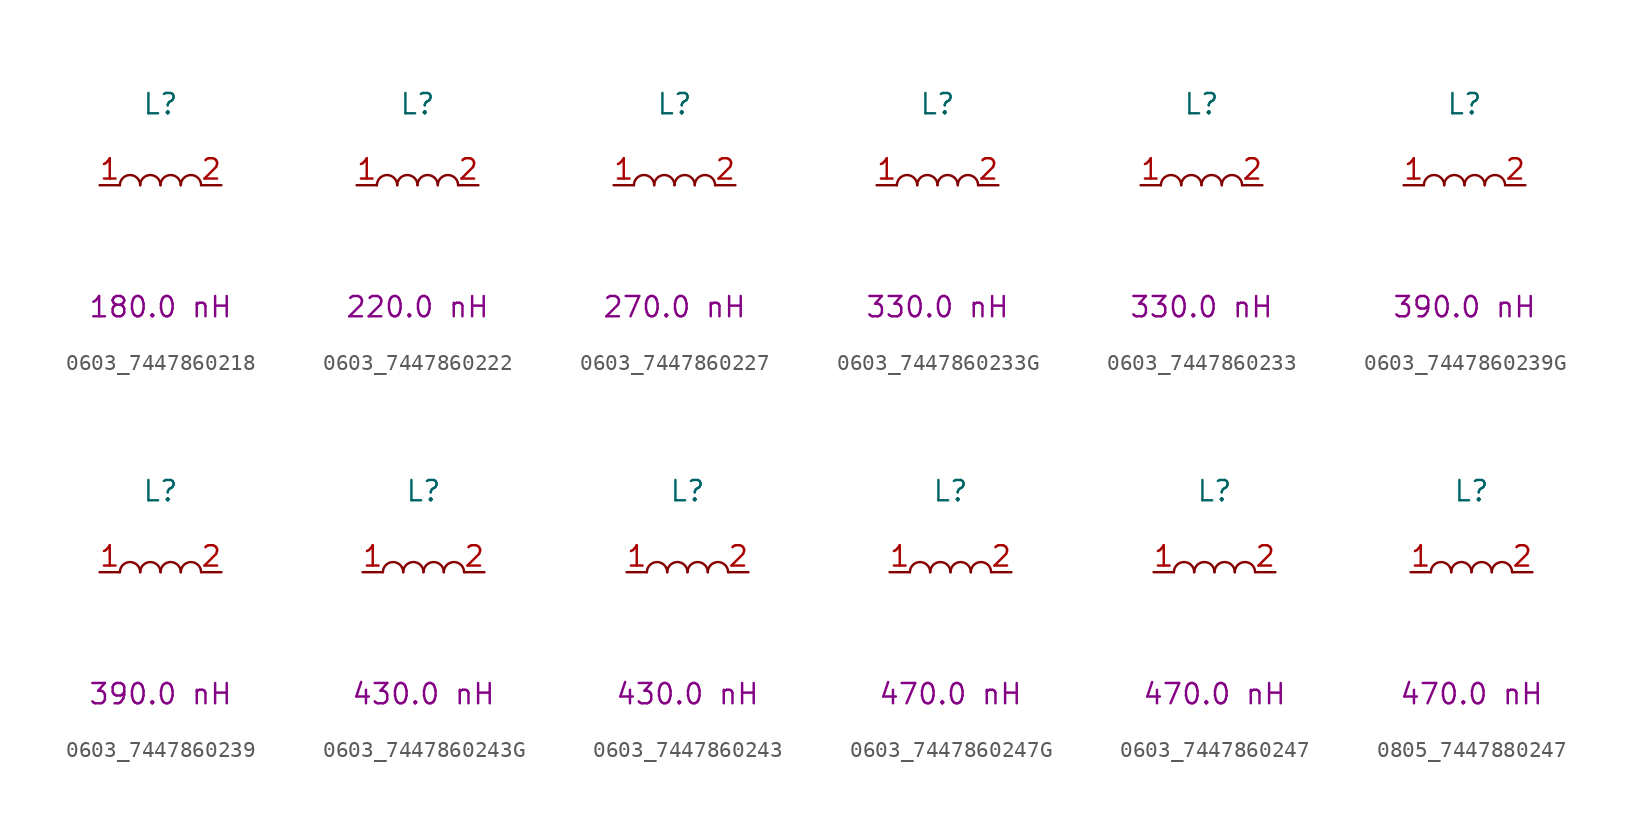
<source format=kicad_sym>
(kicad_symbol_lib
  (version 20220914)
  (generator kicad_symbol_editor)
  (symbol "0603_7447860218"
    (pin_names hide)
    (property "Reference" "L"
      (at 0 5.08 0)
      (effects (font (size 1.27 1.27))))
    (property "Critical Parameter" "180.0 nH"
      (at 0 -7.62 0)
      (effects (font (size 1.27 1.27))))
    (symbol "0603_7447860218_0_1"
      (arc (start -1.27 0) (mid -1.905 0.6323) (end -2.54 0) (stroke (width 0) (type default)) (fill (type none)))
      (arc (start 0 0) (mid -0.635 0.6323) (end -1.27 0) (stroke (width 0) (type default)) (fill (type none)))
      (arc (start 1.27 0) (mid 0.635 0.6323) (end 0 0) (stroke (width 0) (type default)) (fill (type none)))
      (arc (start 2.54 0) (mid 1.905 0.6323) (end 1.27 0) (stroke (width 0) (type default)) (fill (type none))))
    (symbol "0603_7447860218_1_1"
      (pin passive line (at -3.81 0 0) (length 1.27) (name "1" (effects (font (size 1.27 1.27)))) (number "1" (effects (font (size 1.27 1.27)))))
      (pin passive line (at 3.81 0 180) (length 1.27) (name "2" (effects (font (size 1.27 1.27)))) (number "2" (effects (font (size 1.27 1.27)))))))
  (symbol "0603_7447860222"
    (pin_names hide)
    (property "Reference" "L"
      (at 0 5.08 0)
      (effects (font (size 1.27 1.27))))
    (property "Critical Parameter" "220.0 nH"
      (at 0 -7.62 0)
      (effects (font (size 1.27 1.27))))
    (symbol "0603_7447860222_0_1"
      (arc (start -1.27 0) (mid -1.905 0.6323) (end -2.54 0) (stroke (width 0) (type default)) (fill (type none)))
      (arc (start 0 0) (mid -0.635 0.6323) (end -1.27 0) (stroke (width 0) (type default)) (fill (type none)))
      (arc (start 1.27 0) (mid 0.635 0.6323) (end 0 0) (stroke (width 0) (type default)) (fill (type none)))
      (arc (start 2.54 0) (mid 1.905 0.6323) (end 1.27 0) (stroke (width 0) (type default)) (fill (type none))))
    (symbol "0603_7447860222_1_1"
      (pin passive line (at -3.81 0 0) (length 1.27) (name "1" (effects (font (size 1.27 1.27)))) (number "1" (effects (font (size 1.27 1.27)))))
      (pin passive line (at 3.81 0 180) (length 1.27) (name "2" (effects (font (size 1.27 1.27)))) (number "2" (effects (font (size 1.27 1.27)))))))
  (symbol "0603_7447860227"
    (pin_names hide)
    (property "Reference" "L"
      (at 0 5.08 0)
      (effects (font (size 1.27 1.27))))
    (property "Critical Parameter" "270.0 nH"
      (at 0 -7.62 0)
      (effects (font (size 1.27 1.27))))
    (symbol "0603_7447860227_0_1"
      (arc (start -1.27 0) (mid -1.905 0.6323) (end -2.54 0) (stroke (width 0) (type default)) (fill (type none)))
      (arc (start 0 0) (mid -0.635 0.6323) (end -1.27 0) (stroke (width 0) (type default)) (fill (type none)))
      (arc (start 1.27 0) (mid 0.635 0.6323) (end 0 0) (stroke (width 0) (type default)) (fill (type none)))
      (arc (start 2.54 0) (mid 1.905 0.6323) (end 1.27 0) (stroke (width 0) (type default)) (fill (type none))))
    (symbol "0603_7447860227_1_1"
      (pin passive line (at -3.81 0 0) (length 1.27) (name "1" (effects (font (size 1.27 1.27)))) (number "1" (effects (font (size 1.27 1.27)))))
      (pin passive line (at 3.81 0 180) (length 1.27) (name "2" (effects (font (size 1.27 1.27)))) (number "2" (effects (font (size 1.27 1.27)))))))
  (symbol "0603_7447860233G"
    (pin_names hide)
    (property "Reference" "L"
      (at 0 5.08 0)
      (effects (font (size 1.27 1.27))))
    (property "Critical Parameter" "330.0 nH"
      (at 0 -7.62 0)
      (effects (font (size 1.27 1.27))))
    (symbol "0603_7447860233G_0_1"
      (arc (start -1.27 0) (mid -1.905 0.6323) (end -2.54 0) (stroke (width 0) (type default)) (fill (type none)))
      (arc (start 0 0) (mid -0.635 0.6323) (end -1.27 0) (stroke (width 0) (type default)) (fill (type none)))
      (arc (start 1.27 0) (mid 0.635 0.6323) (end 0 0) (stroke (width 0) (type default)) (fill (type none)))
      (arc (start 2.54 0) (mid 1.905 0.6323) (end 1.27 0) (stroke (width 0) (type default)) (fill (type none))))
    (symbol "0603_7447860233G_1_1"
      (pin passive line (at -3.81 0 0) (length 1.27) (name "1" (effects (font (size 1.27 1.27)))) (number "1" (effects (font (size 1.27 1.27)))))
      (pin passive line (at 3.81 0 180) (length 1.27) (name "2" (effects (font (size 1.27 1.27)))) (number "2" (effects (font (size 1.27 1.27)))))))
  (symbol "0603_7447860233"
    (pin_names hide)
    (property "Reference" "L"
      (at 0 5.08 0)
      (effects (font (size 1.27 1.27))))
    (property "Critical Parameter" "330.0 nH"
      (at 0 -7.62 0)
      (effects (font (size 1.27 1.27))))
    (symbol "0603_7447860233_0_1"
      (arc (start -1.27 0) (mid -1.905 0.6323) (end -2.54 0) (stroke (width 0) (type default)) (fill (type none)))
      (arc (start 0 0) (mid -0.635 0.6323) (end -1.27 0) (stroke (width 0) (type default)) (fill (type none)))
      (arc (start 1.27 0) (mid 0.635 0.6323) (end 0 0) (stroke (width 0) (type default)) (fill (type none)))
      (arc (start 2.54 0) (mid 1.905 0.6323) (end 1.27 0) (stroke (width 0) (type default)) (fill (type none))))
    (symbol "0603_7447860233_1_1"
      (pin passive line (at -3.81 0 0) (length 1.27) (name "1" (effects (font (size 1.27 1.27)))) (number "1" (effects (font (size 1.27 1.27)))))
      (pin passive line (at 3.81 0 180) (length 1.27) (name "2" (effects (font (size 1.27 1.27)))) (number "2" (effects (font (size 1.27 1.27)))))))
  (symbol "0603_7447860239G"
    (pin_names hide)
    (property "Reference" "L"
      (at 0 5.08 0)
      (effects (font (size 1.27 1.27))))
    (property "Critical Parameter" "390.0 nH"
      (at 0 -7.62 0)
      (effects (font (size 1.27 1.27))))
    (symbol "0603_7447860239G_0_1"
      (arc (start -1.27 0) (mid -1.905 0.6323) (end -2.54 0) (stroke (width 0) (type default)) (fill (type none)))
      (arc (start 0 0) (mid -0.635 0.6323) (end -1.27 0) (stroke (width 0) (type default)) (fill (type none)))
      (arc (start 1.27 0) (mid 0.635 0.6323) (end 0 0) (stroke (width 0) (type default)) (fill (type none)))
      (arc (start 2.54 0) (mid 1.905 0.6323) (end 1.27 0) (stroke (width 0) (type default)) (fill (type none))))
    (symbol "0603_7447860239G_1_1"
      (pin passive line (at -3.81 0 0) (length 1.27) (name "1" (effects (font (size 1.27 1.27)))) (number "1" (effects (font (size 1.27 1.27)))))
      (pin passive line (at 3.81 0 180) (length 1.27) (name "2" (effects (font (size 1.27 1.27)))) (number "2" (effects (font (size 1.27 1.27)))))))
  (symbol "0603_7447860239"
    (pin_names hide)
    (property "Reference" "L"
      (at 0 5.08 0)
      (effects (font (size 1.27 1.27))))
    (property "Critical Parameter" "390.0 nH"
      (at 0 -7.62 0)
      (effects (font (size 1.27 1.27))))
    (symbol "0603_7447860239_0_1"
      (arc (start -1.27 0) (mid -1.905 0.6323) (end -2.54 0) (stroke (width 0) (type default)) (fill (type none)))
      (arc (start 0 0) (mid -0.635 0.6323) (end -1.27 0) (stroke (width 0) (type default)) (fill (type none)))
      (arc (start 1.27 0) (mid 0.635 0.6323) (end 0 0) (stroke (width 0) (type default)) (fill (type none)))
      (arc (start 2.54 0) (mid 1.905 0.6323) (end 1.27 0) (stroke (width 0) (type default)) (fill (type none))))
    (symbol "0603_7447860239_1_1"
      (pin passive line (at -3.81 0 0) (length 1.27) (name "1" (effects (font (size 1.27 1.27)))) (number "1" (effects (font (size 1.27 1.27)))))
      (pin passive line (at 3.81 0 180) (length 1.27) (name "2" (effects (font (size 1.27 1.27)))) (number "2" (effects (font (size 1.27 1.27)))))))
  (symbol "0603_7447860243G"
    (pin_names hide)
    (property "Reference" "L"
      (at 0 5.08 0)
      (effects (font (size 1.27 1.27))))
    (property "Critical Parameter" "430.0 nH"
      (at 0 -7.62 0)
      (effects (font (size 1.27 1.27))))
    (symbol "0603_7447860243G_0_1"
      (arc (start -1.27 0) (mid -1.905 0.6323) (end -2.54 0) (stroke (width 0) (type default)) (fill (type none)))
      (arc (start 0 0) (mid -0.635 0.6323) (end -1.27 0) (stroke (width 0) (type default)) (fill (type none)))
      (arc (start 1.27 0) (mid 0.635 0.6323) (end 0 0) (stroke (width 0) (type default)) (fill (type none)))
      (arc (start 2.54 0) (mid 1.905 0.6323) (end 1.27 0) (stroke (width 0) (type default)) (fill (type none))))
    (symbol "0603_7447860243G_1_1"
      (pin passive line (at -3.81 0 0) (length 1.27) (name "1" (effects (font (size 1.27 1.27)))) (number "1" (effects (font (size 1.27 1.27)))))
      (pin passive line (at 3.81 0 180) (length 1.27) (name "2" (effects (font (size 1.27 1.27)))) (number "2" (effects (font (size 1.27 1.27)))))))
  (symbol "0603_7447860243"
    (pin_names hide)
    (property "Reference" "L"
      (at 0 5.08 0)
      (effects (font (size 1.27 1.27))))
    (property "Critical Parameter" "430.0 nH"
      (at 0 -7.62 0)
      (effects (font (size 1.27 1.27))))
    (symbol "0603_7447860243_0_1"
      (arc (start -1.27 0) (mid -1.905 0.6323) (end -2.54 0) (stroke (width 0) (type default)) (fill (type none)))
      (arc (start 0 0) (mid -0.635 0.6323) (end -1.27 0) (stroke (width 0) (type default)) (fill (type none)))
      (arc (start 1.27 0) (mid 0.635 0.6323) (end 0 0) (stroke (width 0) (type default)) (fill (type none)))
      (arc (start 2.54 0) (mid 1.905 0.6323) (end 1.27 0) (stroke (width 0) (type default)) (fill (type none))))
    (symbol "0603_7447860243_1_1"
      (pin passive line (at -3.81 0 0) (length 1.27) (name "1" (effects (font (size 1.27 1.27)))) (number "1" (effects (font (size 1.27 1.27)))))
      (pin passive line (at 3.81 0 180) (length 1.27) (name "2" (effects (font (size 1.27 1.27)))) (number "2" (effects (font (size 1.27 1.27)))))))
  (symbol "0603_7447860247G"
    (pin_names hide)
    (property "Reference" "L"
      (at 0 5.08 0)
      (effects (font (size 1.27 1.27))))
    (property "Critical Parameter" "470.0 nH"
      (at 0 -7.62 0)
      (effects (font (size 1.27 1.27))))
    (symbol "0603_7447860247G_0_1"
      (arc (start -1.27 0) (mid -1.905 0.6323) (end -2.54 0) (stroke (width 0) (type default)) (fill (type none)))
      (arc (start 0 0) (mid -0.635 0.6323) (end -1.27 0) (stroke (width 0) (type default)) (fill (type none)))
      (arc (start 1.27 0) (mid 0.635 0.6323) (end 0 0) (stroke (width 0) (type default)) (fill (type none)))
      (arc (start 2.54 0) (mid 1.905 0.6323) (end 1.27 0) (stroke (width 0) (type default)) (fill (type none))))
    (symbol "0603_7447860247G_1_1"
      (pin passive line (at -3.81 0 0) (length 1.27) (name "1" (effects (font (size 1.27 1.27)))) (number "1" (effects (font (size 1.27 1.27)))))
      (pin passive line (at 3.81 0 180) (length 1.27) (name "2" (effects (font (size 1.27 1.27)))) (number "2" (effects (font (size 1.27 1.27)))))))
  (symbol "0603_7447860247"
    (pin_names hide)
    (property "Reference" "L"
      (at 0 5.08 0)
      (effects (font (size 1.27 1.27))))
    (property "Critical Parameter" "470.0 nH"
      (at 0 -7.62 0)
      (effects (font (size 1.27 1.27))))
    (symbol "0603_7447860247_0_1"
      (arc (start -1.27 0) (mid -1.905 0.6323) (end -2.54 0) (stroke (width 0) (type default)) (fill (type none)))
      (arc (start 0 0) (mid -0.635 0.6323) (end -1.27 0) (stroke (width 0) (type default)) (fill (type none)))
      (arc (start 1.27 0) (mid 0.635 0.6323) (end 0 0) (stroke (width 0) (type default)) (fill (type none)))
      (arc (start 2.54 0) (mid 1.905 0.6323) (end 1.27 0) (stroke (width 0) (type default)) (fill (type none))))
    (symbol "0603_7447860247_1_1"
      (pin passive line (at -3.81 0 0) (length 1.27) (name "1" (effects (font (size 1.27 1.27)))) (number "1" (effects (font (size 1.27 1.27)))))
      (pin passive line (at 3.81 0 180) (length 1.27) (name "2" (effects (font (size 1.27 1.27)))) (number "2" (effects (font (size 1.27 1.27)))))))
  (symbol "0805_7447880247"
    (pin_names hide)
    (property "Reference" "L"
      (at 0 5.08 0)
      (effects (font (size 1.27 1.27))))
    (property "Critical Parameter" "470.0 nH"
      (at 0 -7.62 0)
      (effects (font (size 1.27 1.27))))
    (symbol "0805_7447880247_0_1"
      (arc (start -1.27 0) (mid -1.905 0.6323) (end -2.54 0) (stroke (width 0) (type default)) (fill (type none)))
      (arc (start 0 0) (mid -0.635 0.6323) (end -1.27 0) (stroke (width 0) (type default)) (fill (type none)))
      (arc (start 1.27 0) (mid 0.635 0.6323) (end 0 0) (stroke (width 0) (type default)) (fill (type none)))
      (arc (start 2.54 0) (mid 1.905 0.6323) (end 1.27 0) (stroke (width 0) (type default)) (fill (type none))))
    (symbol "0805_7447880247_1_1"
      (pin passive line (at -3.81 0 0) (length 1.27) (name "1" (effects (font (size 1.27 1.27)))) (number "1" (effects (font (size 1.27 1.27)))))
      (pin passive line (at 3.81 0 180) (length 1.27) (name "2" (effects (font (size 1.27 1.27)))) (number "2" (effects (font (size 1.27 1.27))))))))
</source>
